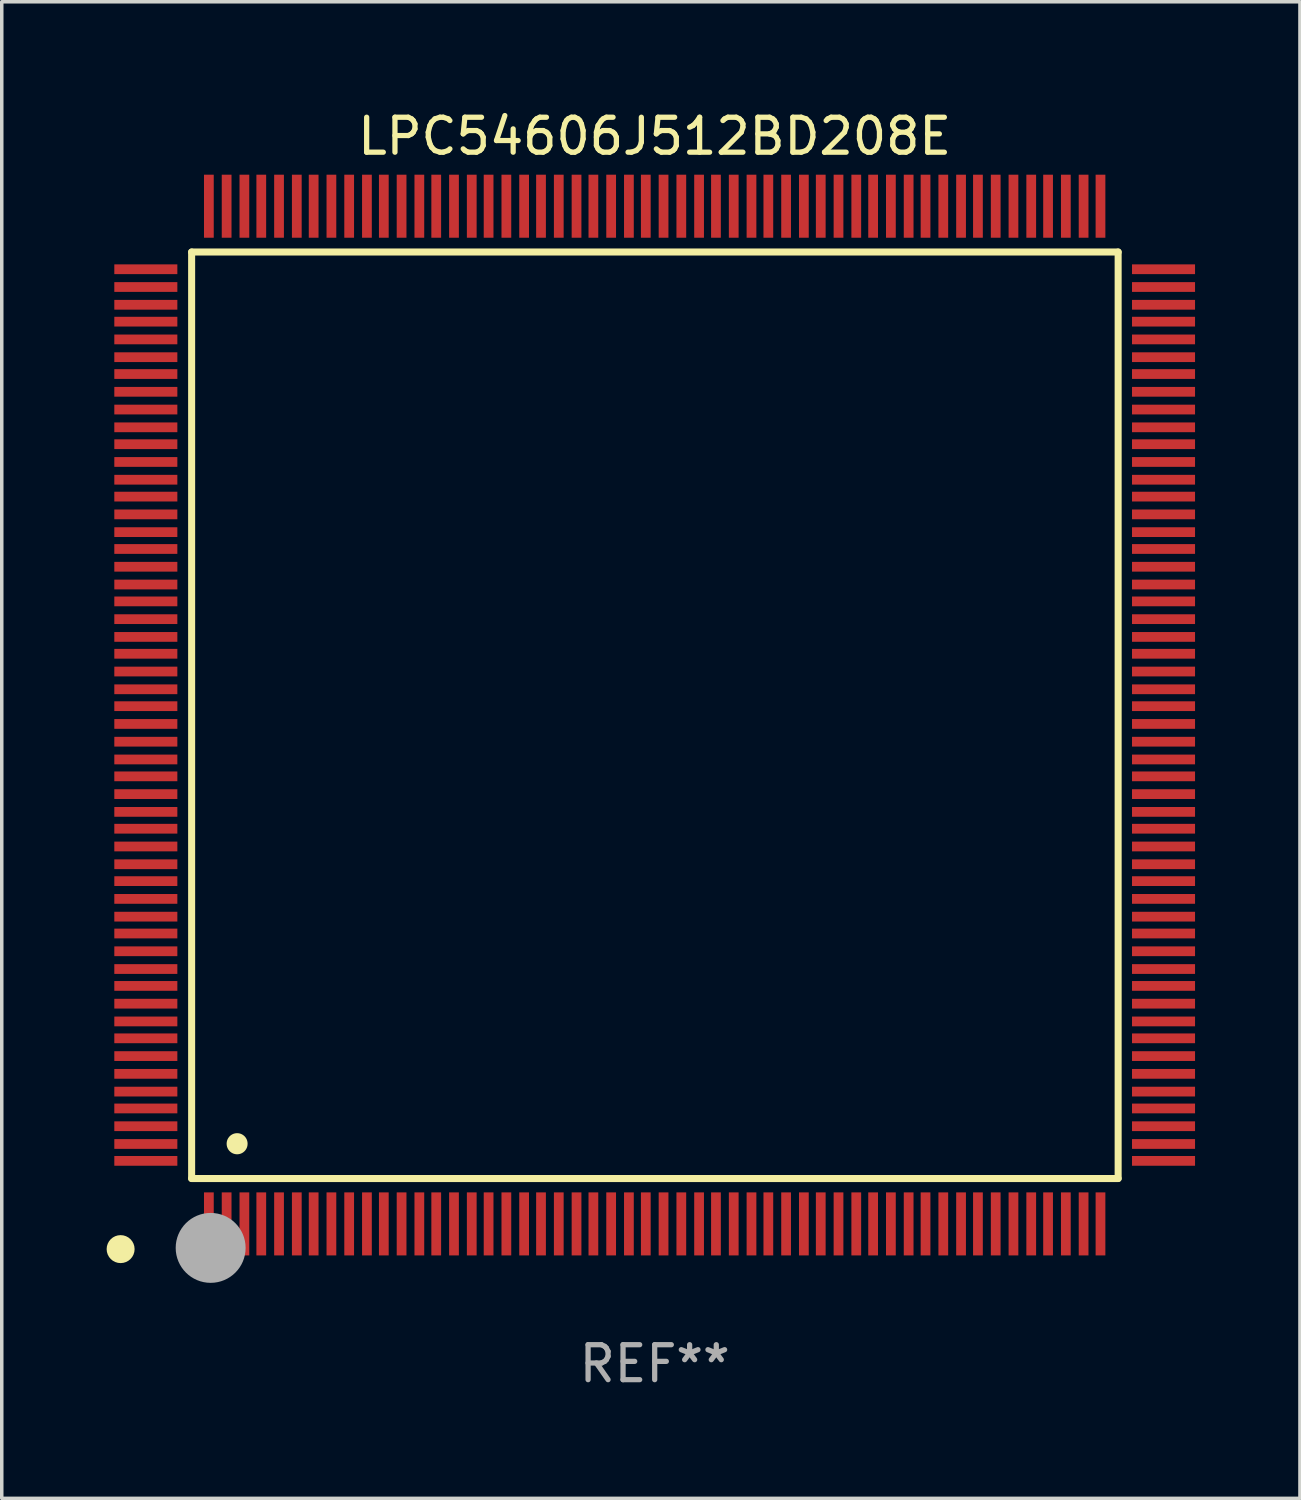
<source format=kicad_pcb>
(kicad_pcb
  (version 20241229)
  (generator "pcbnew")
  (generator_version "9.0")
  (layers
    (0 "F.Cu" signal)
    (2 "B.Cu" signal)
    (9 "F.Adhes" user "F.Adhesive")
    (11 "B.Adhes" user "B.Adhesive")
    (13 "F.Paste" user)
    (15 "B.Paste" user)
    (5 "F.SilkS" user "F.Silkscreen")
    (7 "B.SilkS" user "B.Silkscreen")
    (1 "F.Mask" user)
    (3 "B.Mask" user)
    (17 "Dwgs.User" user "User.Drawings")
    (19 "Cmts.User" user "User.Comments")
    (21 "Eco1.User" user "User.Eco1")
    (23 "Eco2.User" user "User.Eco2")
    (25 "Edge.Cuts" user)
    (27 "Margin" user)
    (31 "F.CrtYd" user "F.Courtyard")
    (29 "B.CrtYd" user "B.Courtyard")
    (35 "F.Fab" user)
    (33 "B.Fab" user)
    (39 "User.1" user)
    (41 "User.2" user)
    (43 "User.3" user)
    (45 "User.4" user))
  (footprint "LPC54606J512BD208E"
    (layer "F.Cu")
    (at 15.675 17.402)
    (property "Reference" "LPC54606J512BD208E" (at 0 -16.554 0) (layer "F.SilkS") (effects (font (size 1 1) (thickness 0.15))))
    (attr through_hole)
    (fp_line (start -13.244 -13.244) (end -13.244 13.256) (stroke (width 0.201) (type solid)) (layer "F.SilkS"))
    (fp_line (start -13.244 13.256) (end 13.256 13.256) (stroke (width 0.201) (type solid)) (layer "F.SilkS"))
    (fp_line (start 13.256 -13.244) (end -13.244 -13.244) (stroke (width 0.201) (type solid)) (layer "F.SilkS"))
    (fp_line (start 13.256 13.256) (end 13.256 -13.244) (stroke (width 0.201) (type solid)) (layer "F.SilkS"))
    (fp_arc (start -13.268987 14.90983) (mid -13.268992 14.90856) (end -13.268987 14.90729) (stroke (width 0.299721) (type solid)) (layer "F.SilkS"))
    (fp_arc (start -11.943104 12.263145) (mid -11.943115 12.260605) (end -11.943104 12.258065) (stroke (width 0.599441) (type solid)) (layer "F.SilkS"))
    (fp_circle (center -15.275 15.275) (end -15.075 15.275) (stroke (width 0.4) (type solid)) (fill no) (layer "F.SilkS"))
    (fp_circle (center -12.7 15.24) (end -12.2 15.24) (stroke (width 1) (type solid)) (fill no) (layer "F.Fab"))
    (fp_text user "REF**" (at 0 18.554 0) (layer "F.Fab") (effects (font (size 1 1) (thickness 0.15))))
    (pad "1" smd rect (at -12.751 14.554 180) (size 0.279 1.803) (layers "F.Cu" "F.Mask" "F.Paste"))
    (pad "2" smd rect (at -12.243 14.554 180) (size 0.279 1.803) (layers "F.Cu" "F.Mask" "F.Paste"))
    (pad "3" smd rect (at -11.735 14.554 180) (size 0.279 1.803) (layers "F.Cu" "F.Mask" "F.Paste"))
    (pad "4" smd rect (at -11.252 14.554 180) (size 0.279 1.803) (layers "F.Cu" "F.Mask" "F.Paste"))
    (pad "5" smd rect (at -10.744 14.554 180) (size 0.279 1.803) (layers "F.Cu" "F.Mask" "F.Paste"))
    (pad "6" smd rect (at -10.236 14.554 180) (size 0.279 1.803) (layers "F.Cu" "F.Mask" "F.Paste"))
    (pad "7" smd rect (at -9.754 14.554 180) (size 0.279 1.803) (layers "F.Cu" "F.Mask" "F.Paste"))
    (pad "8" smd rect (at -9.246 14.554 180) (size 0.279 1.803) (layers "F.Cu" "F.Mask" "F.Paste"))
    (pad "9" smd rect (at -8.738 14.554 180) (size 0.279 1.803) (layers "F.Cu" "F.Mask" "F.Paste"))
    (pad "10" smd rect (at -8.23 14.554 180) (size 0.279 1.803) (layers "F.Cu" "F.Mask" "F.Paste"))
    (pad "11" smd rect (at -7.747 14.554 180) (size 0.279 1.803) (layers "F.Cu" "F.Mask" "F.Paste"))
    (pad "12" smd rect (at -7.239 14.554 180) (size 0.279 1.803) (layers "F.Cu" "F.Mask" "F.Paste"))
    (pad "13" smd rect (at -6.731 14.554 180) (size 0.279 1.803) (layers "F.Cu" "F.Mask" "F.Paste"))
    (pad "14" smd rect (at -6.248 14.554 180) (size 0.279 1.803) (layers "F.Cu" "F.Mask" "F.Paste"))
    (pad "15" smd rect (at -5.74 14.554 180) (size 0.279 1.803) (layers "F.Cu" "F.Mask" "F.Paste"))
    (pad "16" smd rect (at -5.232 14.554 180) (size 0.279 1.803) (layers "F.Cu" "F.Mask" "F.Paste"))
    (pad "17" smd rect (at -4.75 14.554 180) (size 0.279 1.803) (layers "F.Cu" "F.Mask" "F.Paste"))
    (pad "18" smd rect (at -4.242 14.554 180) (size 0.279 1.803) (layers "F.Cu" "F.Mask" "F.Paste"))
    (pad "19" smd rect (at -3.734 14.554 180) (size 0.279 1.803) (layers "F.Cu" "F.Mask" "F.Paste"))
    (pad "20" smd rect (at -3.251 14.554 180) (size 0.279 1.803) (layers "F.Cu" "F.Mask" "F.Paste"))
    (pad "21" smd rect (at -2.743 14.554 180) (size 0.279 1.803) (layers "F.Cu" "F.Mask" "F.Paste"))
    (pad "22" smd rect (at -2.235 14.554 180) (size 0.279 1.803) (layers "F.Cu" "F.Mask" "F.Paste"))
    (pad "23" smd rect (at -1.753 14.554 180) (size 0.279 1.803) (layers "F.Cu" "F.Mask" "F.Paste"))
    (pad "24" smd rect (at -1.245 14.554 180) (size 0.279 1.803) (layers "F.Cu" "F.Mask" "F.Paste"))
    (pad "25" smd rect (at -0.737 14.554 180) (size 0.279 1.803) (layers "F.Cu" "F.Mask" "F.Paste"))
    (pad "26" smd rect (at -0.254 14.554 180) (size 0.279 1.803) (layers "F.Cu" "F.Mask" "F.Paste"))
    (pad "27" smd rect (at 0.254 14.554 180) (size 0.279 1.803) (layers "F.Cu" "F.Mask" "F.Paste"))
    (pad "28" smd rect (at 0.762 14.554 180) (size 0.279 1.803) (layers "F.Cu" "F.Mask" "F.Paste"))
    (pad "29" smd rect (at 1.27 14.554 180) (size 0.279 1.803) (layers "F.Cu" "F.Mask" "F.Paste"))
    (pad "30" smd rect (at 1.753 14.554 180) (size 0.279 1.803) (layers "F.Cu" "F.Mask" "F.Paste"))
    (pad "31" smd rect (at 2.261 14.554 180) (size 0.279 1.803) (layers "F.Cu" "F.Mask" "F.Paste"))
    (pad "32" smd rect (at 2.769 14.554 180) (size 0.279 1.803) (layers "F.Cu" "F.Mask" "F.Paste"))
    (pad "33" smd rect (at 3.251 14.554 180) (size 0.279 1.803) (layers "F.Cu" "F.Mask" "F.Paste"))
    (pad "34" smd rect (at 3.759 14.554 180) (size 0.279 1.803) (layers "F.Cu" "F.Mask" "F.Paste"))
    (pad "35" smd rect (at 4.267 14.554 180) (size 0.279 1.803) (layers "F.Cu" "F.Mask" "F.Paste"))
    (pad "36" smd rect (at 4.75 14.554 180) (size 0.279 1.803) (layers "F.Cu" "F.Mask" "F.Paste"))
    (pad "37" smd rect (at 5.258 14.554 180) (size 0.279 1.803) (layers "F.Cu" "F.Mask" "F.Paste"))
    (pad "38" smd rect (at 5.766 14.554 180) (size 0.279 1.803) (layers "F.Cu" "F.Mask" "F.Paste"))
    (pad "39" smd rect (at 6.248 14.554 180) (size 0.279 1.803) (layers "F.Cu" "F.Mask" "F.Paste"))
    (pad "40" smd rect (at 6.756 14.554 180) (size 0.279 1.803) (layers "F.Cu" "F.Mask" "F.Paste"))
    (pad "41" smd rect (at 7.264 14.554 180) (size 0.279 1.803) (layers "F.Cu" "F.Mask" "F.Paste"))
    (pad "42" smd rect (at 7.747 14.554 180) (size 0.279 1.803) (layers "F.Cu" "F.Mask" "F.Paste"))
    (pad "43" smd rect (at 8.255 14.554 180) (size 0.279 1.803) (layers "F.Cu" "F.Mask" "F.Paste"))
    (pad "44" smd rect (at 8.763 14.554 180) (size 0.279 1.803) (layers "F.Cu" "F.Mask" "F.Paste"))
    (pad "45" smd rect (at 9.246 14.554 180) (size 0.279 1.803) (layers "F.Cu" "F.Mask" "F.Paste"))
    (pad "46" smd rect (at 9.754 14.554 180) (size 0.279 1.803) (layers "F.Cu" "F.Mask" "F.Paste"))
    (pad "47" smd rect (at 10.262 14.554 180) (size 0.279 1.803) (layers "F.Cu" "F.Mask" "F.Paste"))
    (pad "48" smd rect (at 10.77 14.554 180) (size 0.279 1.803) (layers "F.Cu" "F.Mask" "F.Paste"))
    (pad "49" smd rect (at 11.252 14.554 180) (size 0.279 1.803) (layers "F.Cu" "F.Mask" "F.Paste"))
    (pad "50" smd rect (at 11.76 14.554 180) (size 0.279 1.803) (layers "F.Cu" "F.Mask" "F.Paste"))
    (pad "51" smd rect (at 12.268 14.554 180) (size 0.279 1.803) (layers "F.Cu" "F.Mask" "F.Paste"))
    (pad "52" smd rect (at 12.751 14.554 180) (size 0.279 1.803) (layers "F.Cu" "F.Mask" "F.Paste"))
    (pad "53" smd rect (at 14.554 12.751 90) (size 0.279 1.803) (layers "F.Cu" "F.Mask" "F.Paste"))
    (pad "54" smd rect (at 14.554 12.268 90) (size 0.279 1.803) (layers "F.Cu" "F.Mask" "F.Paste"))
    (pad "55" smd rect (at 14.554 11.76 90) (size 0.279 1.803) (layers "F.Cu" "F.Mask" "F.Paste"))
    (pad "56" smd rect (at 14.554 11.252 90) (size 0.279 1.803) (layers "F.Cu" "F.Mask" "F.Paste"))
    (pad "57" smd rect (at 14.554 10.77 90) (size 0.279 1.803) (layers "F.Cu" "F.Mask" "F.Paste"))
    (pad "58" smd rect (at 14.554 10.262 90) (size 0.279 1.803) (layers "F.Cu" "F.Mask" "F.Paste"))
    (pad "59" smd rect (at 14.554 9.754 90) (size 0.279 1.803) (layers "F.Cu" "F.Mask" "F.Paste"))
    (pad "60" smd rect (at 14.554 9.246 90) (size 0.279 1.803) (layers "F.Cu" "F.Mask" "F.Paste"))
    (pad "61" smd rect (at 14.554 8.763 90) (size 0.279 1.803) (layers "F.Cu" "F.Mask" "F.Paste"))
    (pad "62" smd rect (at 14.554 8.255 90) (size 0.279 1.803) (layers "F.Cu" "F.Mask" "F.Paste"))
    (pad "63" smd rect (at 14.554 7.747 90) (size 0.279 1.803) (layers "F.Cu" "F.Mask" "F.Paste"))
    (pad "64" smd rect (at 14.554 7.264 90) (size 0.279 1.803) (layers "F.Cu" "F.Mask" "F.Paste"))
    (pad "65" smd rect (at 14.554 6.756 90) (size 0.279 1.803) (layers "F.Cu" "F.Mask" "F.Paste"))
    (pad "66" smd rect (at 14.554 6.248 90) (size 0.279 1.803) (layers "F.Cu" "F.Mask" "F.Paste"))
    (pad "67" smd rect (at 14.554 5.766 90) (size 0.279 1.803) (layers "F.Cu" "F.Mask" "F.Paste"))
    (pad "68" smd rect (at 14.554 5.258 90) (size 0.279 1.803) (layers "F.Cu" "F.Mask" "F.Paste"))
    (pad "69" smd rect (at 14.554 4.75 90) (size 0.279 1.803) (layers "F.Cu" "F.Mask" "F.Paste"))
    (pad "70" smd rect (at 14.554 4.267 90) (size 0.279 1.803) (layers "F.Cu" "F.Mask" "F.Paste"))
    (pad "71" smd rect (at 14.554 3.759 90) (size 0.279 1.803) (layers "F.Cu" "F.Mask" "F.Paste"))
    (pad "72" smd rect (at 14.554 3.251 90) (size 0.279 1.803) (layers "F.Cu" "F.Mask" "F.Paste"))
    (pad "73" smd rect (at 14.554 2.769 90) (size 0.279 1.803) (layers "F.Cu" "F.Mask" "F.Paste"))
    (pad "74" smd rect (at 14.554 2.261 90) (size 0.279 1.803) (layers "F.Cu" "F.Mask" "F.Paste"))
    (pad "75" smd rect (at 14.554 1.753 90) (size 0.279 1.803) (layers "F.Cu" "F.Mask" "F.Paste"))
    (pad "76" smd rect (at 14.554 1.27 90) (size 0.279 1.803) (layers "F.Cu" "F.Mask" "F.Paste"))
    (pad "77" smd rect (at 14.554 0.762 90) (size 0.279 1.803) (layers "F.Cu" "F.Mask" "F.Paste"))
    (pad "78" smd rect (at 14.554 0.254 90) (size 0.279 1.803) (layers "F.Cu" "F.Mask" "F.Paste"))
    (pad "79" smd rect (at 14.554 -0.254 90) (size 0.279 1.803) (layers "F.Cu" "F.Mask" "F.Paste"))
    (pad "80" smd rect (at 14.554 -0.737 90) (size 0.279 1.803) (layers "F.Cu" "F.Mask" "F.Paste"))
    (pad "81" smd rect (at 14.554 -1.245 90) (size 0.279 1.803) (layers "F.Cu" "F.Mask" "F.Paste"))
    (pad "82" smd rect (at 14.554 -1.753 90) (size 0.279 1.803) (layers "F.Cu" "F.Mask" "F.Paste"))
    (pad "83" smd rect (at 14.554 -2.235 90) (size 0.279 1.803) (layers "F.Cu" "F.Mask" "F.Paste"))
    (pad "84" smd rect (at 14.554 -2.743 90) (size 0.279 1.803) (layers "F.Cu" "F.Mask" "F.Paste"))
    (pad "85" smd rect (at 14.554 -3.251 90) (size 0.279 1.803) (layers "F.Cu" "F.Mask" "F.Paste"))
    (pad "86" smd rect (at 14.554 -3.734 90) (size 0.279 1.803) (layers "F.Cu" "F.Mask" "F.Paste"))
    (pad "87" smd rect (at 14.554 -4.242 90) (size 0.279 1.803) (layers "F.Cu" "F.Mask" "F.Paste"))
    (pad "88" smd rect (at 14.554 -4.75 90) (size 0.279 1.803) (layers "F.Cu" "F.Mask" "F.Paste"))
    (pad "89" smd rect (at 14.554 -5.232 90) (size 0.279 1.803) (layers "F.Cu" "F.Mask" "F.Paste"))
    (pad "90" smd rect (at 14.554 -5.74 90) (size 0.279 1.803) (layers "F.Cu" "F.Mask" "F.Paste"))
    (pad "91" smd rect (at 14.554 -6.248 90) (size 0.279 1.803) (layers "F.Cu" "F.Mask" "F.Paste"))
    (pad "92" smd rect (at 14.554 -6.731 90) (size 0.279 1.803) (layers "F.Cu" "F.Mask" "F.Paste"))
    (pad "93" smd rect (at 14.554 -7.239 90) (size 0.279 1.803) (layers "F.Cu" "F.Mask" "F.Paste"))
    (pad "94" smd rect (at 14.554 -7.747 90) (size 0.279 1.803) (layers "F.Cu" "F.Mask" "F.Paste"))
    (pad "95" smd rect (at 14.554 -8.23 90) (size 0.279 1.803) (layers "F.Cu" "F.Mask" "F.Paste"))
    (pad "96" smd rect (at 14.554 -8.738 90) (size 0.279 1.803) (layers "F.Cu" "F.Mask" "F.Paste"))
    (pad "97" smd rect (at 14.554 -9.246 90) (size 0.279 1.803) (layers "F.Cu" "F.Mask" "F.Paste"))
    (pad "98" smd rect (at 14.554 -9.754 90) (size 0.279 1.803) (layers "F.Cu" "F.Mask" "F.Paste"))
    (pad "99" smd rect (at 14.554 -10.236 90) (size 0.279 1.803) (layers "F.Cu" "F.Mask" "F.Paste"))
    (pad "100" smd rect (at 14.554 -10.744 90) (size 0.279 1.803) (layers "F.Cu" "F.Mask" "F.Paste"))
    (pad "101" smd rect (at 14.554 -11.252 90) (size 0.279 1.803) (layers "F.Cu" "F.Mask" "F.Paste"))
    (pad "102" smd rect (at 14.554 -11.735 90) (size 0.279 1.803) (layers "F.Cu" "F.Mask" "F.Paste"))
    (pad "103" smd rect (at 14.554 -12.243 90) (size 0.279 1.803) (layers "F.Cu" "F.Mask" "F.Paste"))
    (pad "104" smd rect (at 14.554 -12.751 90) (size 0.279 1.803) (layers "F.Cu" "F.Mask" "F.Paste"))
    (pad "105" smd rect (at 12.751 -14.554 180) (size 0.279 1.803) (layers "F.Cu" "F.Mask" "F.Paste"))
    (pad "106" smd rect (at 12.268 -14.554 180) (size 0.279 1.803) (layers "F.Cu" "F.Mask" "F.Paste"))
    (pad "107" smd rect (at 11.76 -14.554 180) (size 0.279 1.803) (layers "F.Cu" "F.Mask" "F.Paste"))
    (pad "108" smd rect (at 11.252 -14.554 180) (size 0.279 1.803) (layers "F.Cu" "F.Mask" "F.Paste"))
    (pad "109" smd rect (at 10.77 -14.554 180) (size 0.279 1.803) (layers "F.Cu" "F.Mask" "F.Paste"))
    (pad "110" smd rect (at 10.262 -14.554 180) (size 0.279 1.803) (layers "F.Cu" "F.Mask" "F.Paste"))
    (pad "111" smd rect (at 9.754 -14.554 180) (size 0.279 1.803) (layers "F.Cu" "F.Mask" "F.Paste"))
    (pad "112" smd rect (at 9.246 -14.554 180) (size 0.279 1.803) (layers "F.Cu" "F.Mask" "F.Paste"))
    (pad "113" smd rect (at 8.763 -14.554 180) (size 0.279 1.803) (layers "F.Cu" "F.Mask" "F.Paste"))
    (pad "114" smd rect (at 8.255 -14.554 180) (size 0.279 1.803) (layers "F.Cu" "F.Mask" "F.Paste"))
    (pad "115" smd rect (at 7.747 -14.554 180) (size 0.279 1.803) (layers "F.Cu" "F.Mask" "F.Paste"))
    (pad "116" smd rect (at 7.264 -14.554 180) (size 0.279 1.803) (layers "F.Cu" "F.Mask" "F.Paste"))
    (pad "117" smd rect (at 6.756 -14.554 180) (size 0.279 1.803) (layers "F.Cu" "F.Mask" "F.Paste"))
    (pad "118" smd rect (at 6.248 -14.554 180) (size 0.279 1.803) (layers "F.Cu" "F.Mask" "F.Paste"))
    (pad "119" smd rect (at 5.766 -14.554 180) (size 0.279 1.803) (layers "F.Cu" "F.Mask" "F.Paste"))
    (pad "120" smd rect (at 5.258 -14.554 180) (size 0.279 1.803) (layers "F.Cu" "F.Mask" "F.Paste"))
    (pad "121" smd rect (at 4.75 -14.554 180) (size 0.279 1.803) (layers "F.Cu" "F.Mask" "F.Paste"))
    (pad "122" smd rect (at 4.267 -14.554 180) (size 0.279 1.803) (layers "F.Cu" "F.Mask" "F.Paste"))
    (pad "123" smd rect (at 3.759 -14.554 180) (size 0.279 1.803) (layers "F.Cu" "F.Mask" "F.Paste"))
    (pad "124" smd rect (at 3.251 -14.554 180) (size 0.279 1.803) (layers "F.Cu" "F.Mask" "F.Paste"))
    (pad "125" smd rect (at 2.769 -14.554 180) (size 0.279 1.803) (layers "F.Cu" "F.Mask" "F.Paste"))
    (pad "126" smd rect (at 2.261 -14.554 180) (size 0.279 1.803) (layers "F.Cu" "F.Mask" "F.Paste"))
    (pad "127" smd rect (at 1.753 -14.554 180) (size 0.279 1.803) (layers "F.Cu" "F.Mask" "F.Paste"))
    (pad "128" smd rect (at 1.27 -14.554 180) (size 0.279 1.803) (layers "F.Cu" "F.Mask" "F.Paste"))
    (pad "129" smd rect (at 0.762 -14.554 180) (size 0.279 1.803) (layers "F.Cu" "F.Mask" "F.Paste"))
    (pad "130" smd rect (at 0.254 -14.554 180) (size 0.279 1.803) (layers "F.Cu" "F.Mask" "F.Paste"))
    (pad "131" smd rect (at -0.254 -14.554 180) (size 0.279 1.803) (layers "F.Cu" "F.Mask" "F.Paste"))
    (pad "132" smd rect (at -0.737 -14.554 180) (size 0.279 1.803) (layers "F.Cu" "F.Mask" "F.Paste"))
    (pad "133" smd rect (at -1.245 -14.554 180) (size 0.279 1.803) (layers "F.Cu" "F.Mask" "F.Paste"))
    (pad "134" smd rect (at -1.753 -14.554 180) (size 0.279 1.803) (layers "F.Cu" "F.Mask" "F.Paste"))
    (pad "135" smd rect (at -2.235 -14.554 180) (size 0.279 1.803) (layers "F.Cu" "F.Mask" "F.Paste"))
    (pad "136" smd rect (at -2.743 -14.554 180) (size 0.279 1.803) (layers "F.Cu" "F.Mask" "F.Paste"))
    (pad "137" smd rect (at -3.251 -14.554 180) (size 0.279 1.803) (layers "F.Cu" "F.Mask" "F.Paste"))
    (pad "138" smd rect (at -3.734 -14.554 180) (size 0.279 1.803) (layers "F.Cu" "F.Mask" "F.Paste"))
    (pad "139" smd rect (at -4.242 -14.554 180) (size 0.279 1.803) (layers "F.Cu" "F.Mask" "F.Paste"))
    (pad "140" smd rect (at -4.75 -14.554 180) (size 0.279 1.803) (layers "F.Cu" "F.Mask" "F.Paste"))
    (pad "141" smd rect (at -5.232 -14.554 180) (size 0.279 1.803) (layers "F.Cu" "F.Mask" "F.Paste"))
    (pad "142" smd rect (at -5.74 -14.554 180) (size 0.279 1.803) (layers "F.Cu" "F.Mask" "F.Paste"))
    (pad "143" smd rect (at -6.248 -14.554 180) (size 0.279 1.803) (layers "F.Cu" "F.Mask" "F.Paste"))
    (pad "144" smd rect (at -6.731 -14.554 180) (size 0.279 1.803) (layers "F.Cu" "F.Mask" "F.Paste"))
    (pad "145" smd rect (at -7.239 -14.554 180) (size 0.279 1.803) (layers "F.Cu" "F.Mask" "F.Paste"))
    (pad "146" smd rect (at -7.747 -14.554 180) (size 0.279 1.803) (layers "F.Cu" "F.Mask" "F.Paste"))
    (pad "147" smd rect (at -8.23 -14.554 180) (size 0.279 1.803) (layers "F.Cu" "F.Mask" "F.Paste"))
    (pad "148" smd rect (at -8.738 -14.554 180) (size 0.279 1.803) (layers "F.Cu" "F.Mask" "F.Paste"))
    (pad "149" smd rect (at -9.246 -14.554 180) (size 0.279 1.803) (layers "F.Cu" "F.Mask" "F.Paste"))
    (pad "150" smd rect (at -9.754 -14.554 180) (size 0.279 1.803) (layers "F.Cu" "F.Mask" "F.Paste"))
    (pad "151" smd rect (at -10.236 -14.554 180) (size 0.279 1.803) (layers "F.Cu" "F.Mask" "F.Paste"))
    (pad "152" smd rect (at -10.744 -14.554 180) (size 0.279 1.803) (layers "F.Cu" "F.Mask" "F.Paste"))
    (pad "153" smd rect (at -11.252 -14.554 180) (size 0.279 1.803) (layers "F.Cu" "F.Mask" "F.Paste"))
    (pad "154" smd rect (at -11.735 -14.554 180) (size 0.279 1.803) (layers "F.Cu" "F.Mask" "F.Paste"))
    (pad "155" smd rect (at -12.243 -14.554 180) (size 0.279 1.803) (layers "F.Cu" "F.Mask" "F.Paste"))
    (pad "156" smd rect (at -12.751 -14.554 180) (size 0.279 1.803) (layers "F.Cu" "F.Mask" "F.Paste"))
    (pad "157" smd rect (at -14.554 -12.751 90) (size 0.279 1.803) (layers "F.Cu" "F.Mask" "F.Paste"))
    (pad "158" smd rect (at -14.554 -12.243 90) (size 0.279 1.803) (layers "F.Cu" "F.Mask" "F.Paste"))
    (pad "159" smd rect (at -14.554 -11.735 90) (size 0.279 1.803) (layers "F.Cu" "F.Mask" "F.Paste"))
    (pad "160" smd rect (at -14.554 -11.252 90) (size 0.279 1.803) (layers "F.Cu" "F.Mask" "F.Paste"))
    (pad "161" smd rect (at -14.554 -10.744 90) (size 0.279 1.803) (layers "F.Cu" "F.Mask" "F.Paste"))
    (pad "162" smd rect (at -14.554 -10.236 90) (size 0.279 1.803) (layers "F.Cu" "F.Mask" "F.Paste"))
    (pad "163" smd rect (at -14.554 -9.754 90) (size 0.279 1.803) (layers "F.Cu" "F.Mask" "F.Paste"))
    (pad "164" smd rect (at -14.554 -9.246 90) (size 0.279 1.803) (layers "F.Cu" "F.Mask" "F.Paste"))
    (pad "165" smd rect (at -14.554 -8.738 90) (size 0.279 1.803) (layers "F.Cu" "F.Mask" "F.Paste"))
    (pad "166" smd rect (at -14.554 -8.23 90) (size 0.279 1.803) (layers "F.Cu" "F.Mask" "F.Paste"))
    (pad "167" smd rect (at -14.554 -7.747 90) (size 0.279 1.803) (layers "F.Cu" "F.Mask" "F.Paste"))
    (pad "168" smd rect (at -14.554 -7.239 90) (size 0.279 1.803) (layers "F.Cu" "F.Mask" "F.Paste"))
    (pad "169" smd rect (at -14.554 -6.731 90) (size 0.279 1.803) (layers "F.Cu" "F.Mask" "F.Paste"))
    (pad "170" smd rect (at -14.554 -6.248 90) (size 0.279 1.803) (layers "F.Cu" "F.Mask" "F.Paste"))
    (pad "171" smd rect (at -14.554 -5.74 90) (size 0.279 1.803) (layers "F.Cu" "F.Mask" "F.Paste"))
    (pad "172" smd rect (at -14.554 -5.232 90) (size 0.279 1.803) (layers "F.Cu" "F.Mask" "F.Paste"))
    (pad "173" smd rect (at -14.554 -4.75 90) (size 0.279 1.803) (layers "F.Cu" "F.Mask" "F.Paste"))
    (pad "174" smd rect (at -14.554 -4.242 90) (size 0.279 1.803) (layers "F.Cu" "F.Mask" "F.Paste"))
    (pad "175" smd rect (at -14.554 -3.734 90) (size 0.279 1.803) (layers "F.Cu" "F.Mask" "F.Paste"))
    (pad "176" smd rect (at -14.554 -3.251 90) (size 0.279 1.803) (layers "F.Cu" "F.Mask" "F.Paste"))
    (pad "177" smd rect (at -14.554 -2.743 90) (size 0.279 1.803) (layers "F.Cu" "F.Mask" "F.Paste"))
    (pad "178" smd rect (at -14.554 -2.235 90) (size 0.279 1.803) (layers "F.Cu" "F.Mask" "F.Paste"))
    (pad "179" smd rect (at -14.554 -1.753 90) (size 0.279 1.803) (layers "F.Cu" "F.Mask" "F.Paste"))
    (pad "180" smd rect (at -14.554 -1.245 90) (size 0.279 1.803) (layers "F.Cu" "F.Mask" "F.Paste"))
    (pad "181" smd rect (at -14.554 -0.737 90) (size 0.279 1.803) (layers "F.Cu" "F.Mask" "F.Paste"))
    (pad "182" smd rect (at -14.554 -0.254 90) (size 0.279 1.803) (layers "F.Cu" "F.Mask" "F.Paste"))
    (pad "183" smd rect (at -14.554 0.254 90) (size 0.279 1.803) (layers "F.Cu" "F.Mask" "F.Paste"))
    (pad "184" smd rect (at -14.554 0.762 90) (size 0.279 1.803) (layers "F.Cu" "F.Mask" "F.Paste"))
    (pad "185" smd rect (at -14.554 1.27 90) (size 0.279 1.803) (layers "F.Cu" "F.Mask" "F.Paste"))
    (pad "186" smd rect (at -14.554 1.753 90) (size 0.279 1.803) (layers "F.Cu" "F.Mask" "F.Paste"))
    (pad "187" smd rect (at -14.554 2.261 90) (size 0.279 1.803) (layers "F.Cu" "F.Mask" "F.Paste"))
    (pad "188" smd rect (at -14.554 2.769 90) (size 0.279 1.803) (layers "F.Cu" "F.Mask" "F.Paste"))
    (pad "189" smd rect (at -14.554 3.251 90) (size 0.279 1.803) (layers "F.Cu" "F.Mask" "F.Paste"))
    (pad "190" smd rect (at -14.554 3.759 90) (size 0.279 1.803) (layers "F.Cu" "F.Mask" "F.Paste"))
    (pad "191" smd rect (at -14.554 4.267 90) (size 0.279 1.803) (layers "F.Cu" "F.Mask" "F.Paste"))
    (pad "192" smd rect (at -14.554 4.75 90) (size 0.279 1.803) (layers "F.Cu" "F.Mask" "F.Paste"))
    (pad "193" smd rect (at -14.554 5.258 90) (size 0.279 1.803) (layers "F.Cu" "F.Mask" "F.Paste"))
    (pad "194" smd rect (at -14.554 5.766 90) (size 0.279 1.803) (layers "F.Cu" "F.Mask" "F.Paste"))
    (pad "195" smd rect (at -14.554 6.248 90) (size 0.279 1.803) (layers "F.Cu" "F.Mask" "F.Paste"))
    (pad "196" smd rect (at -14.554 6.756 90) (size 0.279 1.803) (layers "F.Cu" "F.Mask" "F.Paste"))
    (pad "197" smd rect (at -14.554 7.264 90) (size 0.279 1.803) (layers "F.Cu" "F.Mask" "F.Paste"))
    (pad "198" smd rect (at -14.554 7.747 90) (size 0.279 1.803) (layers "F.Cu" "F.Mask" "F.Paste"))
    (pad "199" smd rect (at -14.554 8.255 90) (size 0.279 1.803) (layers "F.Cu" "F.Mask" "F.Paste"))
    (pad "200" smd rect (at -14.554 8.763 90) (size 0.279 1.803) (layers "F.Cu" "F.Mask" "F.Paste"))
    (pad "201" smd rect (at -14.554 9.246 90) (size 0.279 1.803) (layers "F.Cu" "F.Mask" "F.Paste"))
    (pad "202" smd rect (at -14.554 9.754 90) (size 0.279 1.803) (layers "F.Cu" "F.Mask" "F.Paste"))
    (pad "203" smd rect (at -14.554 10.262 90) (size 0.279 1.803) (layers "F.Cu" "F.Mask" "F.Paste"))
    (pad "204" smd rect (at -14.554 10.77 90) (size 0.279 1.803) (layers "F.Cu" "F.Mask" "F.Paste"))
    (pad "205" smd rect (at -14.554 11.252 90) (size 0.279 1.803) (layers "F.Cu" "F.Mask" "F.Paste"))
    (pad "206" smd rect (at -14.554 11.76 90) (size 0.279 1.803) (layers "F.Cu" "F.Mask" "F.Paste"))
    (pad "207" smd rect (at -14.554 12.268 90) (size 0.279 1.803) (layers "F.Cu" "F.Mask" "F.Paste"))
    (pad "208" smd rect (at -14.554 12.751 90) (size 0.279 1.803) (layers "F.Cu" "F.Mask" "F.Paste")))
  (gr_rect
    (start -3 -3)
    (end 34.131 39.805)
    (stroke (width 0.1) (type default))
    (fill no)
    (layer "Edge.Cuts")))
</source>
